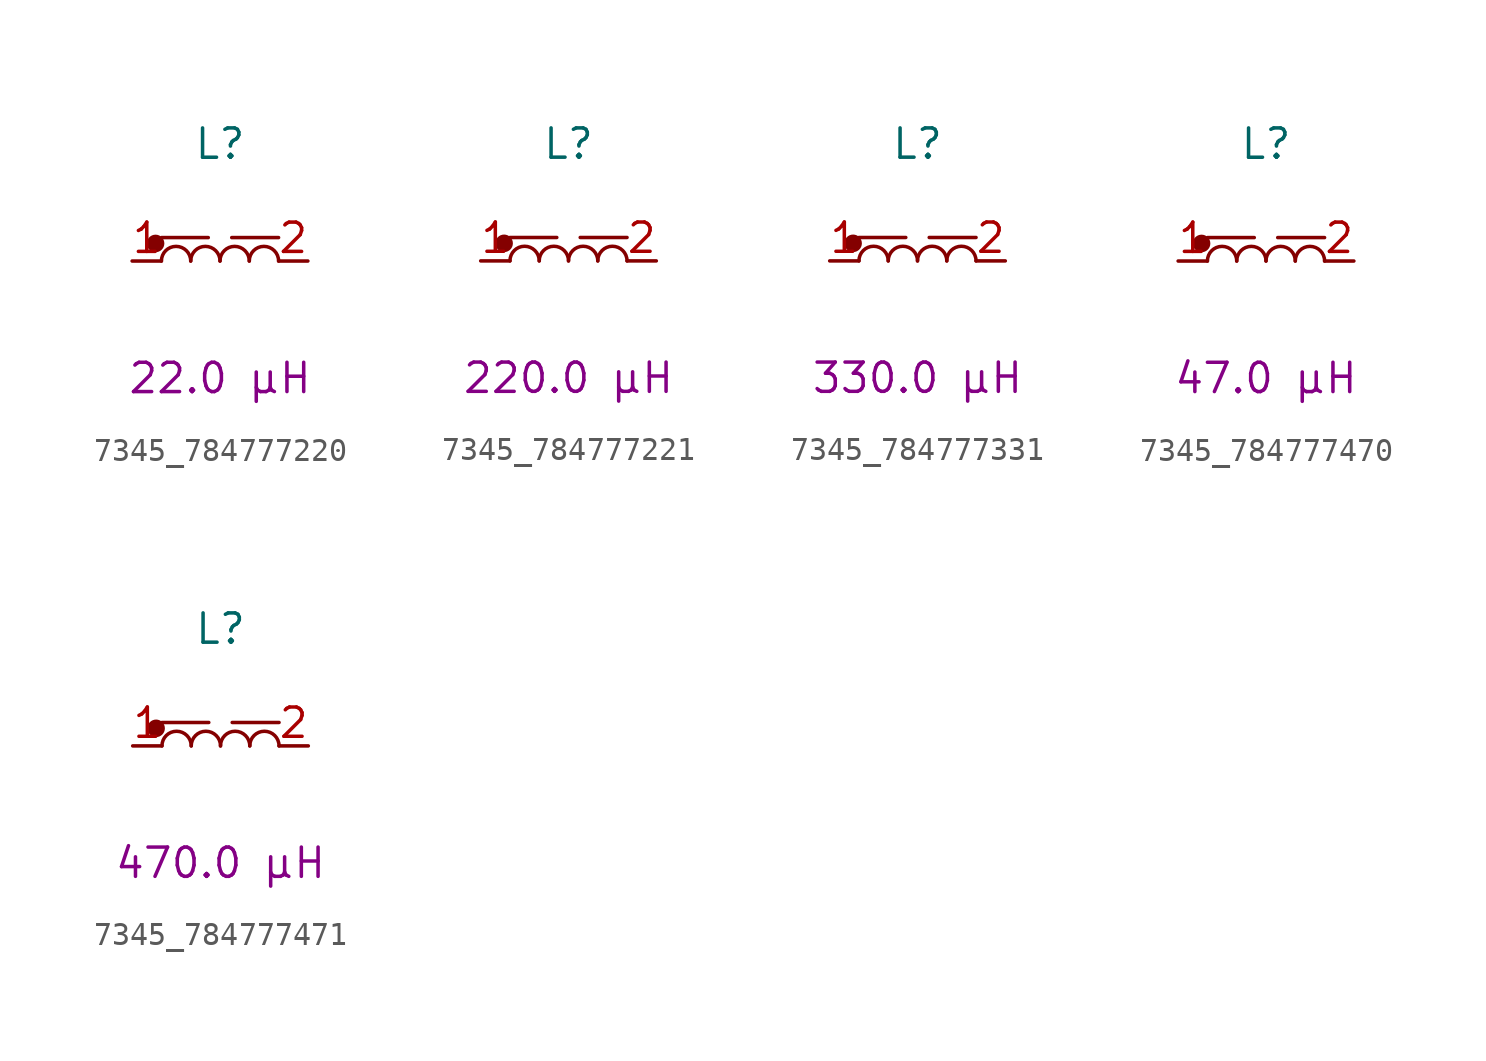
<source format=kicad_sym>
(kicad_symbol_lib
  (version 20220914)
  (generator kicad_symbol_editor)
  (symbol "7345_784777220"
    (pin_names hide)
    (property "Reference" "L"
      (at 0 5.08 0)
      (effects (font (size 1.27 1.27))))
    (property "Critical Parameter" "22.0 µH"
      (at 0 -5.08 0)
      (effects (font (size 1.27 1.27))))
    (symbol "7345_784777220_0_1"
      (arc (start -1.27 0) (mid -1.905 0.6323) (end -2.54 0) (stroke (width 0) (type default)) (fill (type none)))
      (arc (start 0 0) (mid -0.635 0.6323) (end -1.27 0) (stroke (width 0) (type default)) (fill (type none)))
      (polyline (pts (xy -2.54 1.016) (xy -0.508 1.016)) (stroke (width 0) (type default)) (fill (type none)))
      (arc (start 1.27 0) (mid 0.635 0.6323) (end 0 0) (stroke (width 0) (type default)) (fill (type none)))
      (arc (start 2.54 0) (mid 1.905 0.6323) (end 1.27 0) (stroke (width 0) (type default)) (fill (type none))))
    (symbol "7345_784777220_1_1"
      (circle (center -2.794 0.762) (radius 0.0001) (stroke (width 0.381) (type default)) (fill (type none)))
      (polyline (pts (xy 2.54 1.016) (xy 0.508 1.016)) (stroke (width 0) (type default)) (fill (type none)))
      (pin passive line (at -3.81 0 0) (length 1.27) (name "1" (effects (font (size 1.27 1.27)))) (number "1" (effects (font (size 1.27 1.27)))))
      (pin passive line (at 3.81 0 180) (length 1.27) (name "2" (effects (font (size 1.27 1.27)))) (number "2" (effects (font (size 1.27 1.27)))))))
  (symbol "7345_784777221"
    (pin_names hide)
    (property "Reference" "L"
      (at 0 5.08 0)
      (effects (font (size 1.27 1.27))))
    (property "Critical Parameter" "220.0 µH"
      (at 0 -5.08 0)
      (effects (font (size 1.27 1.27))))
    (symbol "7345_784777221_0_1"
      (arc (start -1.27 0) (mid -1.905 0.6323) (end -2.54 0) (stroke (width 0) (type default)) (fill (type none)))
      (arc (start 0 0) (mid -0.635 0.6323) (end -1.27 0) (stroke (width 0) (type default)) (fill (type none)))
      (polyline (pts (xy -2.54 1.016) (xy -0.508 1.016)) (stroke (width 0) (type default)) (fill (type none)))
      (arc (start 1.27 0) (mid 0.635 0.6323) (end 0 0) (stroke (width 0) (type default)) (fill (type none)))
      (arc (start 2.54 0) (mid 1.905 0.6323) (end 1.27 0) (stroke (width 0) (type default)) (fill (type none))))
    (symbol "7345_784777221_1_1"
      (circle (center -2.794 0.762) (radius 0.0001) (stroke (width 0.381) (type default)) (fill (type none)))
      (polyline (pts (xy 2.54 1.016) (xy 0.508 1.016)) (stroke (width 0) (type default)) (fill (type none)))
      (pin passive line (at -3.81 0 0) (length 1.27) (name "1" (effects (font (size 1.27 1.27)))) (number "1" (effects (font (size 1.27 1.27)))))
      (pin passive line (at 3.81 0 180) (length 1.27) (name "2" (effects (font (size 1.27 1.27)))) (number "2" (effects (font (size 1.27 1.27)))))))
  (symbol "7345_784777331"
    (pin_names hide)
    (property "Reference" "L"
      (at 0 5.08 0)
      (effects (font (size 1.27 1.27))))
    (property "Critical Parameter" "330.0 µH"
      (at 0 -5.08 0)
      (effects (font (size 1.27 1.27))))
    (symbol "7345_784777331_0_1"
      (arc (start -1.27 0) (mid -1.905 0.6323) (end -2.54 0) (stroke (width 0) (type default)) (fill (type none)))
      (arc (start 0 0) (mid -0.635 0.6323) (end -1.27 0) (stroke (width 0) (type default)) (fill (type none)))
      (polyline (pts (xy -2.54 1.016) (xy -0.508 1.016)) (stroke (width 0) (type default)) (fill (type none)))
      (arc (start 1.27 0) (mid 0.635 0.6323) (end 0 0) (stroke (width 0) (type default)) (fill (type none)))
      (arc (start 2.54 0) (mid 1.905 0.6323) (end 1.27 0) (stroke (width 0) (type default)) (fill (type none))))
    (symbol "7345_784777331_1_1"
      (circle (center -2.794 0.762) (radius 0.0001) (stroke (width 0.381) (type default)) (fill (type none)))
      (polyline (pts (xy 2.54 1.016) (xy 0.508 1.016)) (stroke (width 0) (type default)) (fill (type none)))
      (pin passive line (at -3.81 0 0) (length 1.27) (name "1" (effects (font (size 1.27 1.27)))) (number "1" (effects (font (size 1.27 1.27)))))
      (pin passive line (at 3.81 0 180) (length 1.27) (name "2" (effects (font (size 1.27 1.27)))) (number "2" (effects (font (size 1.27 1.27)))))))
  (symbol "7345_784777470"
    (pin_names hide)
    (property "Reference" "L"
      (at 0 5.08 0)
      (effects (font (size 1.27 1.27))))
    (property "Critical Parameter" "47.0 µH"
      (at 0 -5.08 0)
      (effects (font (size 1.27 1.27))))
    (symbol "7345_784777470_0_1"
      (arc (start -1.27 0) (mid -1.905 0.6323) (end -2.54 0) (stroke (width 0) (type default)) (fill (type none)))
      (arc (start 0 0) (mid -0.635 0.6323) (end -1.27 0) (stroke (width 0) (type default)) (fill (type none)))
      (polyline (pts (xy -2.54 1.016) (xy -0.508 1.016)) (stroke (width 0) (type default)) (fill (type none)))
      (arc (start 1.27 0) (mid 0.635 0.6323) (end 0 0) (stroke (width 0) (type default)) (fill (type none)))
      (arc (start 2.54 0) (mid 1.905 0.6323) (end 1.27 0) (stroke (width 0) (type default)) (fill (type none))))
    (symbol "7345_784777470_1_1"
      (circle (center -2.794 0.762) (radius 0.0001) (stroke (width 0.381) (type default)) (fill (type none)))
      (polyline (pts (xy 2.54 1.016) (xy 0.508 1.016)) (stroke (width 0) (type default)) (fill (type none)))
      (pin passive line (at -3.81 0 0) (length 1.27) (name "1" (effects (font (size 1.27 1.27)))) (number "1" (effects (font (size 1.27 1.27)))))
      (pin passive line (at 3.81 0 180) (length 1.27) (name "2" (effects (font (size 1.27 1.27)))) (number "2" (effects (font (size 1.27 1.27)))))))
  (symbol "7345_784777471"
    (pin_names hide)
    (property "Reference" "L"
      (at 0 5.08 0)
      (effects (font (size 1.27 1.27))))
    (property "Critical Parameter" "470.0 µH"
      (at 0 -5.08 0)
      (effects (font (size 1.27 1.27))))
    (symbol "7345_784777471_0_1"
      (arc (start -1.27 0) (mid -1.905 0.6323) (end -2.54 0) (stroke (width 0) (type default)) (fill (type none)))
      (arc (start 0 0) (mid -0.635 0.6323) (end -1.27 0) (stroke (width 0) (type default)) (fill (type none)))
      (polyline (pts (xy -2.54 1.016) (xy -0.508 1.016)) (stroke (width 0) (type default)) (fill (type none)))
      (arc (start 1.27 0) (mid 0.635 0.6323) (end 0 0) (stroke (width 0) (type default)) (fill (type none)))
      (arc (start 2.54 0) (mid 1.905 0.6323) (end 1.27 0) (stroke (width 0) (type default)) (fill (type none))))
    (symbol "7345_784777471_1_1"
      (circle (center -2.794 0.762) (radius 0.0001) (stroke (width 0.381) (type default)) (fill (type none)))
      (polyline (pts (xy 2.54 1.016) (xy 0.508 1.016)) (stroke (width 0) (type default)) (fill (type none)))
      (pin passive line (at -3.81 0 0) (length 1.27) (name "1" (effects (font (size 1.27 1.27)))) (number "1" (effects (font (size 1.27 1.27)))))
      (pin passive line (at 3.81 0 180) (length 1.27) (name "2" (effects (font (size 1.27 1.27)))) (number "2" (effects (font (size 1.27 1.27))))))))
</source>
